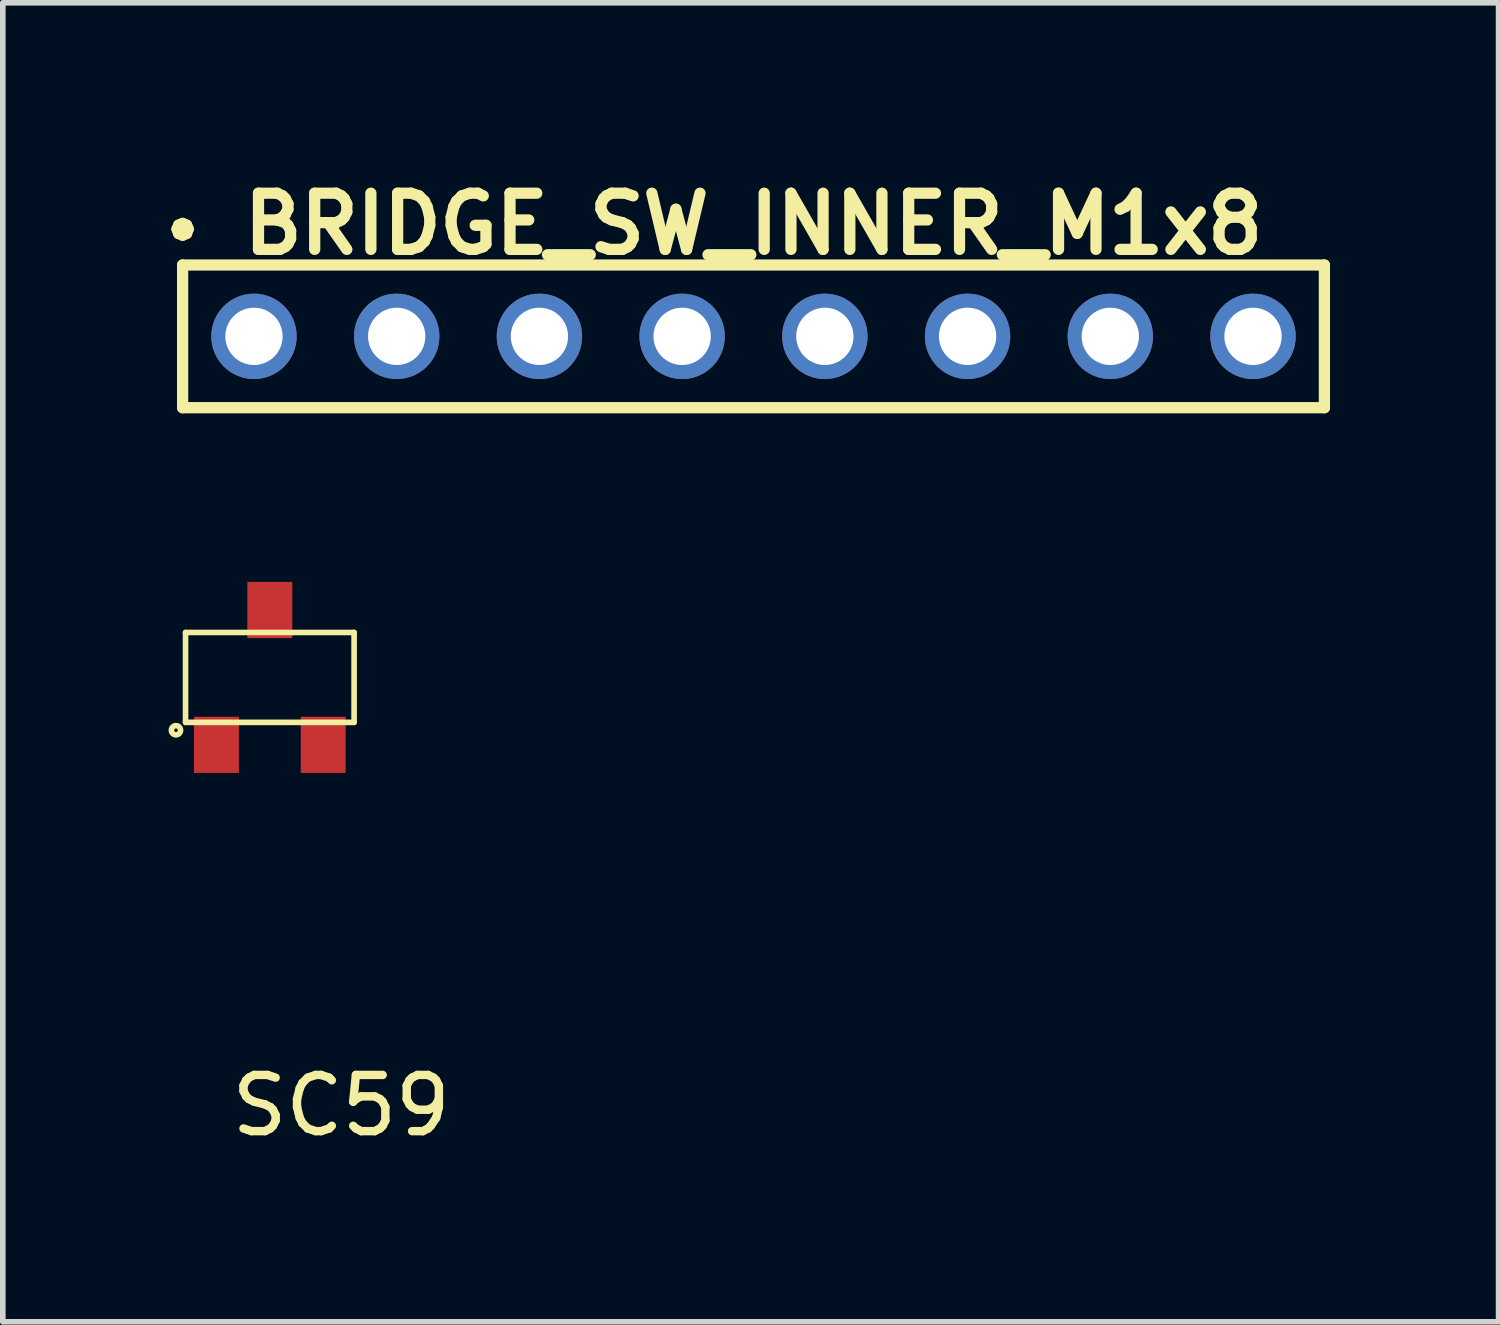
<source format=kicad_pcb>
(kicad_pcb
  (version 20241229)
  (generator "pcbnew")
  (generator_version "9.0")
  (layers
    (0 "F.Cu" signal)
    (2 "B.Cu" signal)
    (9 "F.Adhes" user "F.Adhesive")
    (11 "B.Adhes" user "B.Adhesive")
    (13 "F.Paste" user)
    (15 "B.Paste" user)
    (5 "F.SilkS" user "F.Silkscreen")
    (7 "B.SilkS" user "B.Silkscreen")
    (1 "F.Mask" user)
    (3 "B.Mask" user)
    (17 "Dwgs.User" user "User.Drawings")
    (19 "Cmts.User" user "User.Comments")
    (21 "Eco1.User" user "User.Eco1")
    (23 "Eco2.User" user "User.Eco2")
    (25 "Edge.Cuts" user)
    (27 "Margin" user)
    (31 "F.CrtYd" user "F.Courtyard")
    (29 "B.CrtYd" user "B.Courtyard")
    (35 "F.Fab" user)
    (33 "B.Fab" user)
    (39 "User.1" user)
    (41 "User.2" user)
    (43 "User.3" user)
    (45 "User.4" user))
  (footprint "SC59"
    (layer "F.Cu")
    (at 1.752 9.006)
    (property "Reference" "SC59" (at 1.27 7.62 0) (layer "F.SilkS") (effects (font (size 1 1) (thickness 0.15))))
    (attr through_hole)
    (fp_line (start -1.5 -0.8) (end -1.5 0.8) (stroke (width 0.1) (type solid)) (layer "F.SilkS"))
    (fp_line (start -1.5 -0.8) (end 1.5 -0.8) (stroke (width 0.1) (type solid)) (layer "F.SilkS"))
    (fp_line (start -1.5 0.8) (end 1.5 0.8) (stroke (width 0.1) (type solid)) (layer "F.SilkS"))
    (fp_line (start 1.5 -0.8) (end 1.5 0.8) (stroke (width 0.1) (type solid)) (layer "F.SilkS"))
    (fp_circle (center -1.67 0.94) (end -1.66 0.91) (stroke (width 0.1) (type solid)) (fill no) (layer "F.SilkS"))
    (pad "1" smd rect (at -0.95 1.2) (size 0.8 1) (layers "F.Cu" "F.Mask" "F.Paste"))
    (pad "2" smd rect (at 0 -1.2) (size 0.8 1) (layers "F.Cu" "F.Mask" "F.Paste"))
    (pad "3" smd rect (at 0.95 1.2) (size 0.8 1) (layers "F.Cu" "F.Mask" "F.Paste")))
  (footprint "BRIDGE_SW_INNER_M1x8"
    (layer "F.Cu")
    (at 10.36 2.936)
    (property "Reference" "BRIDGE_SW_INNER_M1x8" (at 0 -2 0) (layer "F.SilkS") (effects (font (size 1 1) (thickness 0.2))))
    (attr through_hole)
    (fp_line (start -10.26 -1.91) (end -10.23 -1.83) (stroke (width 0.2) (type solid)) (layer "F.SilkS"))
    (fp_line (start -10.23 -1.98) (end -10.26 -1.91) (stroke (width 0.2) (type solid)) (layer "F.SilkS"))
    (fp_line (start -10.23 -1.83) (end -10.16 -1.8) (stroke (width 0.2) (type solid)) (layer "F.SilkS"))
    (fp_line (start -10.16 -2.01) (end -10.23 -1.98) (stroke (width 0.2) (type solid)) (layer "F.SilkS"))
    (fp_line (start -10.16 -1.8) (end -10.09 -1.83) (stroke (width 0.2) (type solid)) (layer "F.SilkS"))
    (fp_line (start -10.16 -1.27) (end -10.16 1.27) (stroke (width 0.2) (type solid)) (layer "F.SilkS"))
    (fp_line (start -10.16 1.27) (end 10.16 1.27) (stroke (width 0.2) (type solid)) (layer "F.SilkS"))
    (fp_line (start -10.09 -1.98) (end -10.16 -2.01) (stroke (width 0.2) (type solid)) (layer "F.SilkS"))
    (fp_line (start -10.09 -1.83) (end -10.06 -1.91) (stroke (width 0.2) (type solid)) (layer "F.SilkS"))
    (fp_line (start -10.06 -1.91) (end -10.09 -1.98) (stroke (width 0.2) (type solid)) (layer "F.SilkS"))
    (fp_line (start 10.16 -1.27) (end -10.16 -1.27) (stroke (width 0.2) (type solid)) (layer "F.SilkS"))
    (fp_line (start 10.16 1.27) (end 10.16 -1.27) (stroke (width 0.2) (type solid)) (layer "F.SilkS"))
    (pad "1" thru_hole circle (at -8.89 0) (size 1.52 1.52) (drill 1.02) (layers "*.Cu" "*.Mask"))
    (pad "2" thru_hole circle (at -6.35 0) (size 1.52 1.52) (drill 1.02) (layers "*.Cu" "*.Mask"))
    (pad "3" thru_hole circle (at -3.81 0) (size 1.52 1.52) (drill 1.02) (layers "*.Cu" "*.Mask"))
    (pad "4" thru_hole circle (at -1.27 0) (size 1.52 1.52) (drill 1.02) (layers "*.Cu" "*.Mask"))
    (pad "5" thru_hole circle (at 1.27 0) (size 1.52 1.52) (drill 1.02) (layers "*.Cu" "*.Mask"))
    (pad "6" thru_hole circle (at 3.81 0) (size 1.52 1.52) (drill 1.02) (layers "*.Cu" "*.Mask"))
    (pad "7" thru_hole circle (at 6.35 0) (size 1.52 1.52) (drill 1.02) (layers "*.Cu" "*.Mask"))
    (pad "8" thru_hole circle (at 8.89 0) (size 1.52 1.52) (drill 1.02) (layers "*.Cu" "*.Mask")))
  (gr_rect
    (start -3 -3)
    (end 23.62 20.474)
    (stroke (width 0.1) (type default))
    (fill no)
    (layer "Edge.Cuts")))
</source>
